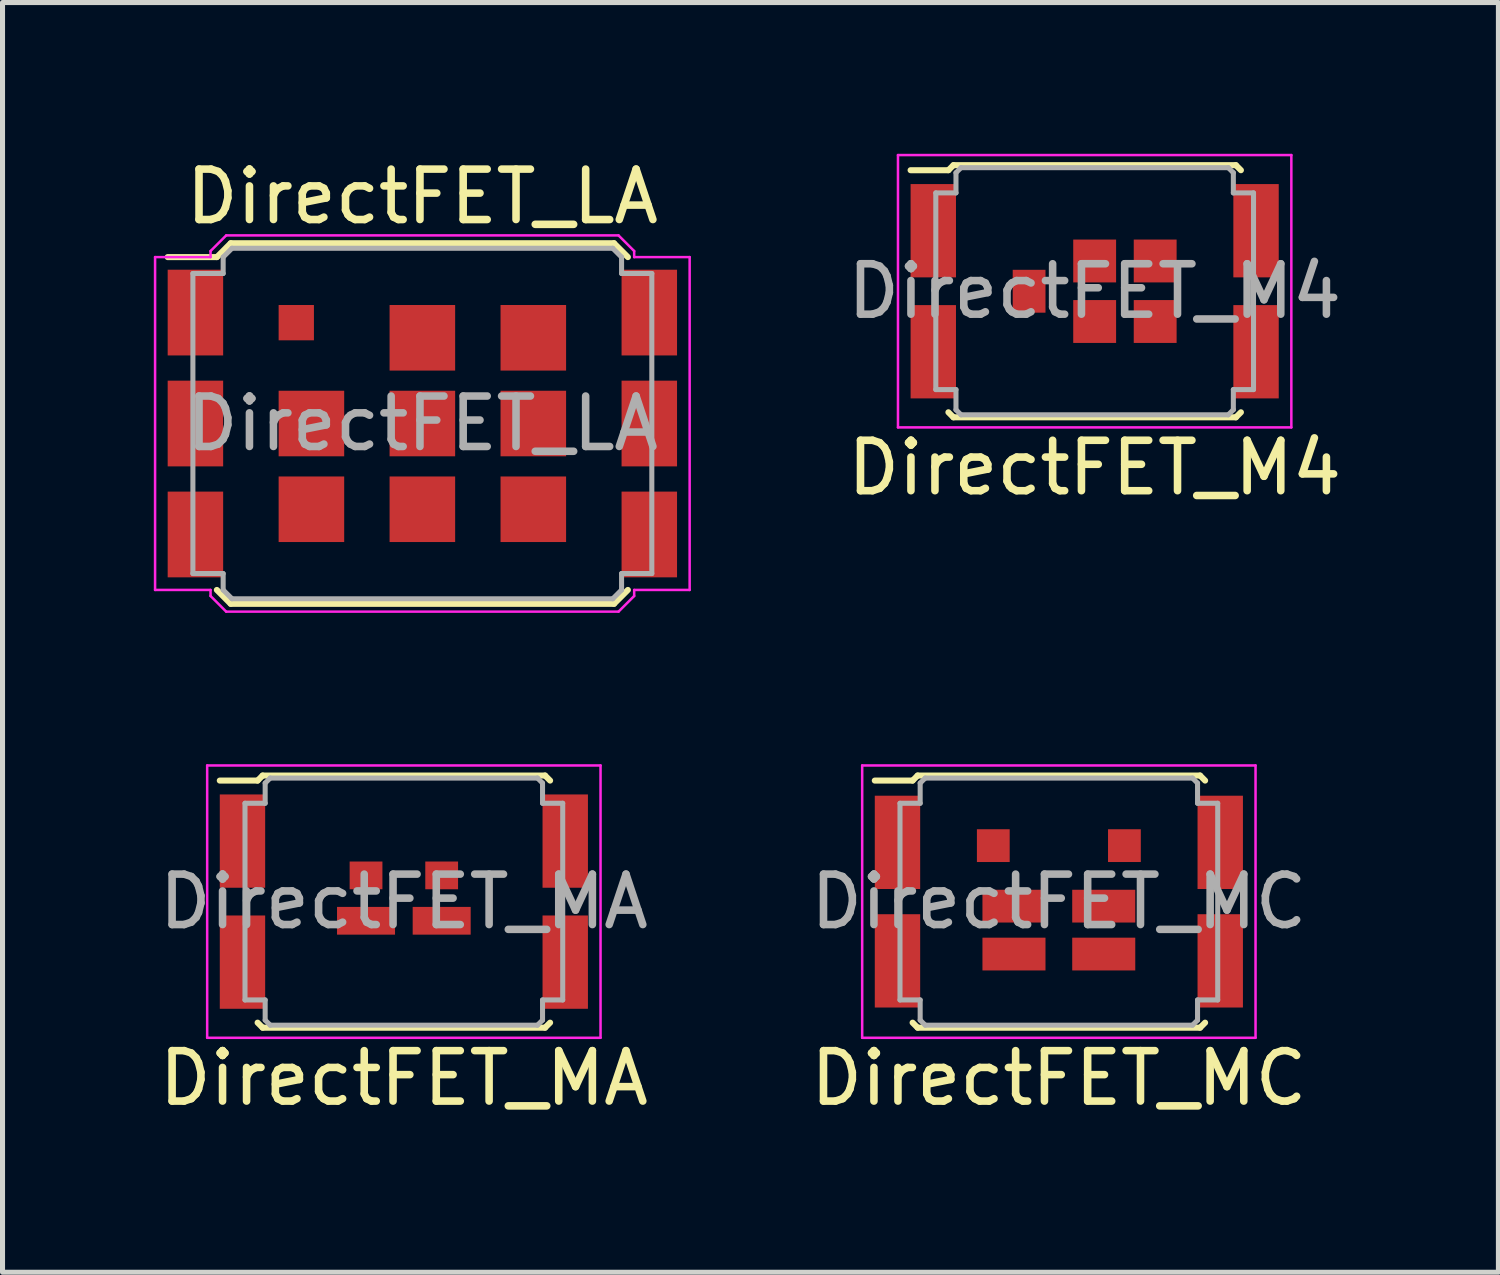
<source format=kicad_pcb>
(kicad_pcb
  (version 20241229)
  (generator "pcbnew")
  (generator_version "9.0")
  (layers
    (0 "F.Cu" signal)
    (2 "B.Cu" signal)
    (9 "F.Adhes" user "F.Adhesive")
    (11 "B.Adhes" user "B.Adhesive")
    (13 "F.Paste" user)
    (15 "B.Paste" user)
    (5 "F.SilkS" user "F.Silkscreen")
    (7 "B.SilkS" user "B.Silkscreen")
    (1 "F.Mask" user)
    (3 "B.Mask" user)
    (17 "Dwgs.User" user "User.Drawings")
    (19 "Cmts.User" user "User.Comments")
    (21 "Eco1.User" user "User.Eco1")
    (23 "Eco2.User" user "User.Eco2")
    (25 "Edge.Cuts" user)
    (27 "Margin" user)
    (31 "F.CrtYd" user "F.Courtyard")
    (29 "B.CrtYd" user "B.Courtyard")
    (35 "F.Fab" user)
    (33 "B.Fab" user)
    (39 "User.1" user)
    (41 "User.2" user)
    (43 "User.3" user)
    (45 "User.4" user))
  (footprint "DirectFET_MC"
    (layer "F.Cu")
    (at 17.946 14.828)
    (property "Reference" "DirectFET_MC" (at 0 3.5 0) (layer "F.SilkS") (effects (font (size 1 1) (thickness 0.15))))
    (attr smd)
    (fp_line (start -3.65 -2.4) (end -2.9 -2.4) (stroke (width 0.12) (type solid)) (layer "F.SilkS"))
    (fp_line (start -2.9 -2.4) (end -2.8 -2.5) (stroke (width 0.12) (type solid)) (layer "F.SilkS"))
    (fp_line (start -2.8 -2.5) (end 2.8 -2.5) (stroke (width 0.12) (type solid)) (layer "F.SilkS"))
    (fp_line (start -2.8 2.5) (end -2.9 2.4) (stroke (width 0.12) (type solid)) (layer "F.SilkS"))
    (fp_line (start 2.8 -2.5) (end 2.9 -2.4) (stroke (width 0.12) (type solid)) (layer "F.SilkS"))
    (fp_line (start 2.8 2.5) (end -2.8 2.5) (stroke (width 0.12) (type solid)) (layer "F.SilkS"))
    (fp_line (start 2.9 2.4) (end 2.8 2.5) (stroke (width 0.12) (type solid)) (layer "F.SilkS"))
    (fp_line (start -3.9 -2.7) (end -3.9 2.7) (stroke (width 0.05) (type solid)) (layer "F.CrtYd"))
    (fp_line (start -3.9 2.7) (end 3.9 2.7) (stroke (width 0.05) (type solid)) (layer "F.CrtYd"))
    (fp_line (start 3.9 -2.7) (end -3.9 -2.7) (stroke (width 0.05) (type solid)) (layer "F.CrtYd"))
    (fp_line (start 3.9 2.7) (end 3.9 -2.7) (stroke (width 0.05) (type solid)) (layer "F.CrtYd"))
    (fp_line (start -3.15 -1.95) (end -2.75 -1.95) (stroke (width 0.1) (type solid)) (layer "F.Fab"))
    (fp_line (start -3.15 1.95) (end -3.15 -1.95) (stroke (width 0.1) (type solid)) (layer "F.Fab"))
    (fp_line (start -3.15 1.95) (end -2.75 1.95) (stroke (width 0.1) (type solid)) (layer "F.Fab"))
    (fp_line (start -2.75 -2.35) (end -2.65 -2.45) (stroke (width 0.1) (type solid)) (layer "F.Fab"))
    (fp_line (start -2.75 -1.95) (end -2.75 -2.35) (stroke (width 0.1) (type solid)) (layer "F.Fab"))
    (fp_line (start -2.75 1.95) (end -2.75 2.35) (stroke (width 0.1) (type solid)) (layer "F.Fab"))
    (fp_line (start -2.75 2.35) (end -2.65 2.45) (stroke (width 0.1) (type solid)) (layer "F.Fab"))
    (fp_line (start -2.65 2.45) (end 2.65 2.45) (stroke (width 0.1) (type solid)) (layer "F.Fab"))
    (fp_line (start 2.65 -2.45) (end -2.65 -2.45) (stroke (width 0.1) (type solid)) (layer "F.Fab"))
    (fp_line (start 2.65 -2.45) (end 2.75 -2.35) (stroke (width 0.1) (type solid)) (layer "F.Fab"))
    (fp_line (start 2.75 -2.35) (end 2.75 -1.95) (stroke (width 0.1) (type solid)) (layer "F.Fab"))
    (fp_line (start 2.75 -1.95) (end 3.15 -1.95) (stroke (width 0.1) (type solid)) (layer "F.Fab"))
    (fp_line (start 2.75 1.95) (end 2.75 2.35) (stroke (width 0.1) (type solid)) (layer "F.Fab"))
    (fp_line (start 2.75 2.35) (end 2.65 2.45) (stroke (width 0.1) (type solid)) (layer "F.Fab"))
    (fp_line (start 3.15 -1.95) (end 3.15 1.95) (stroke (width 0.1) (type solid)) (layer "F.Fab"))
    (fp_line (start 3.15 1.95) (end 2.75 1.95) (stroke (width 0.1) (type solid)) (layer "F.Fab"))
    (fp_text user "${REFERENCE}" (at 0 0 0) (layer "F.Fab") (effects (font (size 1 1) (thickness 0.15))))
    (pad "1" smd rect (at -3.2 -1.175) (size 0.9 1.85) (layers "F.Cu" "F.Mask" "F.Paste"))
    (pad "1" smd rect (at -3.2 1.175) (size 0.9 1.85) (layers "F.Cu" "F.Mask" "F.Paste"))
    (pad "1" smd rect (at 3.2 -1.175) (size 0.9 1.85) (layers "F.Cu" "F.Mask" "F.Paste"))
    (pad "1" smd rect (at 3.2 1.175) (size 0.9 1.85) (layers "F.Cu" "F.Mask" "F.Paste"))
    (pad "2" smd rect (at -1.3 -1.11) (size 0.65 0.65) (layers "F.Cu" "F.Mask" "F.Paste"))
    (pad "2" smd rect (at 1.3 -1.11) (size 0.65 0.65) (layers "F.Cu" "F.Mask" "F.Paste"))
    (pad "3" smd rect (at -0.89 0.09) (size 1.25 0.65) (layers "F.Cu" "F.Mask" "F.Paste"))
    (pad "3" smd rect (at -0.89 1.04) (size 1.25 0.65) (layers "F.Cu" "F.Mask" "F.Paste"))
    (pad "3" smd rect (at 0.89 0.09) (size 1.25 0.65) (layers "F.Cu" "F.Mask" "F.Paste"))
    (pad "3" smd rect (at 0.89 1.04) (size 1.25 0.65) (layers "F.Cu" "F.Mask" "F.Paste")))
  (footprint "DirectFET_LA"
    (layer "F.Cu")
    (at 5.325 5.348)
    (property "Reference" "DirectFET_LA" (at 0 -4.5 0) (layer "F.SilkS") (effects (font (size 1 1) (thickness 0.15))))
    (attr smd)
    (fp_line (start -5.05 -3.3) (end -4.075 -3.3) (stroke (width 0.12) (type solid)) (layer "F.SilkS"))
    (fp_line (start -4.075 -3.3) (end -3.8 -3.575) (stroke (width 0.12) (type solid)) (layer "F.SilkS"))
    (fp_line (start -4.075 3.3) (end -3.8 3.575) (stroke (width 0.12) (type solid)) (layer "F.SilkS"))
    (fp_line (start 3.8 -3.575) (end -3.8 -3.575) (stroke (width 0.12) (type solid)) (layer "F.SilkS"))
    (fp_line (start 3.8 3.575) (end -3.8 3.575) (stroke (width 0.12) (type solid)) (layer "F.SilkS"))
    (fp_line (start 4.075 -3.3) (end 3.8 -3.575) (stroke (width 0.12) (type solid)) (layer "F.SilkS"))
    (fp_line (start 4.075 3.3) (end 3.8 3.575) (stroke (width 0.12) (type solid)) (layer "F.SilkS"))
    (fp_line (start -5.3 -3.3) (end -5.3 3.3) (stroke (width 0.05) (type solid)) (layer "F.CrtYd"))
    (fp_line (start -4.2 -3.42) (end -3.89 -3.73) (stroke (width 0.05) (type solid)) (layer "F.CrtYd"))
    (fp_line (start -4.2 -3.3) (end -5.3 -3.3) (stroke (width 0.05) (type solid)) (layer "F.CrtYd"))
    (fp_line (start -4.2 -3.3) (end -4.2 -3.42) (stroke (width 0.05) (type solid)) (layer "F.CrtYd"))
    (fp_line (start -4.2 3.3) (end -5.3 3.3) (stroke (width 0.05) (type solid)) (layer "F.CrtYd"))
    (fp_line (start -4.2 3.3) (end -4.2 3.42) (stroke (width 0.05) (type solid)) (layer "F.CrtYd"))
    (fp_line (start -4.2 3.42) (end -3.89 3.73) (stroke (width 0.05) (type solid)) (layer "F.CrtYd"))
    (fp_line (start 3.89 -3.73) (end -3.89 -3.73) (stroke (width 0.05) (type solid)) (layer "F.CrtYd"))
    (fp_line (start 3.89 3.73) (end -3.89 3.73) (stroke (width 0.05) (type solid)) (layer "F.CrtYd"))
    (fp_line (start 4.2 -3.42) (end 3.89 -3.73) (stroke (width 0.05) (type solid)) (layer "F.CrtYd"))
    (fp_line (start 4.2 -3.3) (end 4.2 -3.42) (stroke (width 0.05) (type solid)) (layer "F.CrtYd"))
    (fp_line (start 4.2 -3.3) (end 5.3 -3.3) (stroke (width 0.05) (type solid)) (layer "F.CrtYd"))
    (fp_line (start 4.2 3.3) (end 4.2 3.42) (stroke (width 0.05) (type solid)) (layer "F.CrtYd"))
    (fp_line (start 4.2 3.3) (end 5.3 3.3) (stroke (width 0.05) (type solid)) (layer "F.CrtYd"))
    (fp_line (start 4.2 3.42) (end 3.89 3.73) (stroke (width 0.05) (type solid)) (layer "F.CrtYd"))
    (fp_line (start 5.3 -3.3) (end 5.3 3.3) (stroke (width 0.05) (type solid)) (layer "F.CrtYd"))
    (fp_line (start -4.55 -2.975) (end -4.55 2.975) (stroke (width 0.1) (type solid)) (layer "F.Fab"))
    (fp_line (start -4.55 -2.975) (end -3.95 -2.975) (stroke (width 0.1) (type solid)) (layer "F.Fab"))
    (fp_line (start -4.55 2.975) (end -3.95 2.975) (stroke (width 0.1) (type solid)) (layer "F.Fab"))
    (fp_line (start -3.95 -3.3) (end -3.775 -3.475) (stroke (width 0.1) (type solid)) (layer "F.Fab"))
    (fp_line (start -3.95 -2.975) (end -3.95 -3.3) (stroke (width 0.1) (type solid)) (layer "F.Fab"))
    (fp_line (start -3.95 2.975) (end -3.95 3.3) (stroke (width 0.1) (type solid)) (layer "F.Fab"))
    (fp_line (start -3.95 3.3) (end -3.775 3.475) (stroke (width 0.1) (type solid)) (layer "F.Fab"))
    (fp_line (start 3.775 -3.475) (end -3.775 -3.475) (stroke (width 0.1) (type solid)) (layer "F.Fab"))
    (fp_line (start 3.775 3.475) (end -3.775 3.475) (stroke (width 0.1) (type solid)) (layer "F.Fab"))
    (fp_line (start 3.95 -3.3) (end 3.775 -3.475) (stroke (width 0.1) (type solid)) (layer "F.Fab"))
    (fp_line (start 3.95 -2.975) (end 3.95 -3.3) (stroke (width 0.1) (type solid)) (layer "F.Fab"))
    (fp_line (start 3.95 2.975) (end 3.95 3.3) (stroke (width 0.1) (type solid)) (layer "F.Fab"))
    (fp_line (start 3.95 3.3) (end 3.775 3.475) (stroke (width 0.1) (type solid)) (layer "F.Fab"))
    (fp_line (start 4.55 -2.975) (end 3.95 -2.975) (stroke (width 0.1) (type solid)) (layer "F.Fab"))
    (fp_line (start 4.55 -2.975) (end 4.55 2.975) (stroke (width 0.1) (type solid)) (layer "F.Fab"))
    (fp_line (start 4.55 2.975) (end 3.95 2.975) (stroke (width 0.1) (type solid)) (layer "F.Fab"))
    (fp_text user "${REFERENCE}" (at 0 0 0) (layer "F.Fab") (effects (font (size 1 1) (thickness 0.15))))
    (pad "1" smd rect (at -4.5 -2.2) (size 1.1 1.7) (layers "F.Cu" "F.Mask" "F.Paste"))
    (pad "1" smd rect (at -4.5 0) (size 1.1 1.7) (layers "F.Cu" "F.Mask" "F.Paste"))
    (pad "1" smd rect (at -4.5 2.2) (size 1.1 1.7) (layers "F.Cu" "F.Mask" "F.Paste"))
    (pad "1" smd rect (at 4.5 -2.2) (size 1.1 1.7) (layers "F.Cu" "F.Mask" "F.Paste"))
    (pad "1" smd rect (at 4.5 0) (size 1.1 1.7) (layers "F.Cu" "F.Mask" "F.Paste"))
    (pad "1" smd rect (at 4.5 2.2) (size 1.1 1.7) (layers "F.Cu" "F.Mask" "F.Paste"))
    (pad "2" smd rect (at -2.5 -2) (size 0.7 0.7) (layers "F.Cu" "F.Mask" "F.Paste"))
    (pad "3" smd rect (at -2.2 0) (size 1.3 1.3) (layers "F.Cu" "F.Mask" "F.Paste"))
    (pad "3" smd rect (at -2.2 1.7) (size 1.3 1.3) (layers "F.Cu" "F.Mask" "F.Paste"))
    (pad "3" smd rect (at 0 -1.7) (size 1.3 1.3) (layers "F.Cu" "F.Mask" "F.Paste"))
    (pad "3" smd rect (at 0 0) (size 1.3 1.3) (layers "F.Cu" "F.Mask" "F.Paste"))
    (pad "3" smd rect (at 0 1.7) (size 1.3 1.3) (layers "F.Cu" "F.Mask" "F.Paste"))
    (pad "3" smd rect (at 2.2 -1.7) (size 1.3 1.3) (layers "F.Cu" "F.Mask" "F.Paste"))
    (pad "3" smd rect (at 2.2 0) (size 1.3 1.3) (layers "F.Cu" "F.Mask" "F.Paste"))
    (pad "3" smd rect (at 2.2 1.7) (size 1.3 1.3) (layers "F.Cu" "F.Mask" "F.Paste")))
  (footprint "DirectFET_M4"
    (layer "F.Cu")
    (at 18.656 2.725)
    (property "Reference" "DirectFET_M4" (at 0 3.5 0) (layer "F.SilkS") (effects (font (size 1 1) (thickness 0.15))))
    (attr smd)
    (fp_line (start -3.65 -2.4) (end -2.9 -2.4) (stroke (width 0.12) (type solid)) (layer "F.SilkS"))
    (fp_line (start -2.9 -2.4) (end -2.8 -2.5) (stroke (width 0.12) (type solid)) (layer "F.SilkS"))
    (fp_line (start -2.8 -2.5) (end 2.8 -2.5) (stroke (width 0.12) (type solid)) (layer "F.SilkS"))
    (fp_line (start -2.8 2.5) (end -2.9 2.4) (stroke (width 0.12) (type solid)) (layer "F.SilkS"))
    (fp_line (start 2.8 -2.5) (end 2.9 -2.4) (stroke (width 0.12) (type solid)) (layer "F.SilkS"))
    (fp_line (start 2.8 2.5) (end -2.8 2.5) (stroke (width 0.12) (type solid)) (layer "F.SilkS"))
    (fp_line (start 2.9 2.4) (end 2.8 2.5) (stroke (width 0.12) (type solid)) (layer "F.SilkS"))
    (fp_line (start -3.9 -2.7) (end -3.9 2.7) (stroke (width 0.05) (type solid)) (layer "F.CrtYd"))
    (fp_line (start -3.9 2.7) (end 3.9 2.7) (stroke (width 0.05) (type solid)) (layer "F.CrtYd"))
    (fp_line (start 3.9 -2.7) (end -3.9 -2.7) (stroke (width 0.05) (type solid)) (layer "F.CrtYd"))
    (fp_line (start 3.9 2.7) (end 3.9 -2.7) (stroke (width 0.05) (type solid)) (layer "F.CrtYd"))
    (fp_line (start -3.15 -1.95) (end -2.75 -1.95) (stroke (width 0.1) (type solid)) (layer "F.Fab"))
    (fp_line (start -3.15 1.95) (end -3.15 -1.95) (stroke (width 0.1) (type solid)) (layer "F.Fab"))
    (fp_line (start -3.15 1.95) (end -2.75 1.95) (stroke (width 0.1) (type solid)) (layer "F.Fab"))
    (fp_line (start -2.75 -2.35) (end -2.65 -2.45) (stroke (width 0.1) (type solid)) (layer "F.Fab"))
    (fp_line (start -2.75 -1.95) (end -2.75 -2.35) (stroke (width 0.1) (type solid)) (layer "F.Fab"))
    (fp_line (start -2.75 1.95) (end -2.75 2.35) (stroke (width 0.1) (type solid)) (layer "F.Fab"))
    (fp_line (start -2.75 2.35) (end -2.65 2.45) (stroke (width 0.1) (type solid)) (layer "F.Fab"))
    (fp_line (start -2.65 2.45) (end 2.65 2.45) (stroke (width 0.1) (type solid)) (layer "F.Fab"))
    (fp_line (start 2.65 -2.45) (end -2.65 -2.45) (stroke (width 0.1) (type solid)) (layer "F.Fab"))
    (fp_line (start 2.65 -2.45) (end 2.75 -2.35) (stroke (width 0.1) (type solid)) (layer "F.Fab"))
    (fp_line (start 2.75 -2.35) (end 2.75 -1.95) (stroke (width 0.1) (type solid)) (layer "F.Fab"))
    (fp_line (start 2.75 -1.95) (end 3.15 -1.95) (stroke (width 0.1) (type solid)) (layer "F.Fab"))
    (fp_line (start 2.75 1.95) (end 2.75 2.35) (stroke (width 0.1) (type solid)) (layer "F.Fab"))
    (fp_line (start 2.75 2.35) (end 2.65 2.45) (stroke (width 0.1) (type solid)) (layer "F.Fab"))
    (fp_line (start 3.15 -1.95) (end 3.15 1.95) (stroke (width 0.1) (type solid)) (layer "F.Fab"))
    (fp_line (start 3.15 1.95) (end 2.75 1.95) (stroke (width 0.1) (type solid)) (layer "F.Fab"))
    (fp_text user "${REFERENCE}" (at 0 0 0) (layer "F.Fab") (effects (font (size 1 1) (thickness 0.15))))
    (pad "1" smd rect (at -3.2 -1.2) (size 0.9 1.85) (layers "F.Cu" "F.Mask" "F.Paste"))
    (pad "1" smd rect (at -3.2 1.2) (size 0.9 1.85) (layers "F.Cu" "F.Mask" "F.Paste"))
    (pad "1" smd rect (at 3.2 -1.2) (size 0.9 1.85) (layers "F.Cu" "F.Mask" "F.Paste"))
    (pad "1" smd rect (at 3.2 1.2) (size 0.9 1.85) (layers "F.Cu" "F.Mask" "F.Paste"))
    (pad "2" smd rect (at -1.3 0) (size 0.65 0.85) (layers "F.Cu" "F.Mask" "F.Paste"))
    (pad "3" smd rect (at 0 -0.6) (size 0.85 0.85) (layers "F.Cu" "F.Mask" "F.Paste"))
    (pad "3" smd rect (at 0 0.6) (size 0.85 0.85) (layers "F.Cu" "F.Mask" "F.Paste"))
    (pad "3" smd rect (at 1.2 -0.6) (size 0.85 0.85) (layers "F.Cu" "F.Mask" "F.Paste"))
    (pad "3" smd rect (at 1.2 0.6) (size 0.85 0.85) (layers "F.Cu" "F.Mask" "F.Paste")))
  (footprint "DirectFET_MA"
    (layer "F.Cu")
    (at 4.958 14.828)
    (property "Reference" "DirectFET_MA" (at 0 3.5 0) (layer "F.SilkS") (effects (font (size 1 1) (thickness 0.15))))
    (attr smd)
    (fp_line (start -3.65 -2.4) (end -2.9 -2.4) (stroke (width 0.12) (type solid)) (layer "F.SilkS"))
    (fp_line (start -2.9 -2.4) (end -2.8 -2.5) (stroke (width 0.12) (type solid)) (layer "F.SilkS"))
    (fp_line (start -2.8 -2.5) (end 2.8 -2.5) (stroke (width 0.12) (type solid)) (layer "F.SilkS"))
    (fp_line (start -2.8 2.5) (end -2.9 2.4) (stroke (width 0.12) (type solid)) (layer "F.SilkS"))
    (fp_line (start 2.8 -2.5) (end 2.9 -2.4) (stroke (width 0.12) (type solid)) (layer "F.SilkS"))
    (fp_line (start 2.8 2.5) (end -2.8 2.5) (stroke (width 0.12) (type solid)) (layer "F.SilkS"))
    (fp_line (start 2.9 2.4) (end 2.8 2.5) (stroke (width 0.12) (type solid)) (layer "F.SilkS"))
    (fp_line (start -3.9 -2.7) (end -3.9 2.7) (stroke (width 0.05) (type solid)) (layer "F.CrtYd"))
    (fp_line (start -3.9 2.7) (end 3.9 2.7) (stroke (width 0.05) (type solid)) (layer "F.CrtYd"))
    (fp_line (start 3.9 -2.7) (end -3.9 -2.7) (stroke (width 0.05) (type solid)) (layer "F.CrtYd"))
    (fp_line (start 3.9 2.7) (end 3.9 -2.7) (stroke (width 0.05) (type solid)) (layer "F.CrtYd"))
    (fp_line (start -3.15 -1.95) (end -2.75 -1.95) (stroke (width 0.1) (type solid)) (layer "F.Fab"))
    (fp_line (start -3.15 1.95) (end -3.15 -1.95) (stroke (width 0.1) (type solid)) (layer "F.Fab"))
    (fp_line (start -3.15 1.95) (end -2.75 1.95) (stroke (width 0.1) (type solid)) (layer "F.Fab"))
    (fp_line (start -2.75 -2.35) (end -2.65 -2.45) (stroke (width 0.1) (type solid)) (layer "F.Fab"))
    (fp_line (start -2.75 -1.95) (end -2.75 -2.35) (stroke (width 0.1) (type solid)) (layer "F.Fab"))
    (fp_line (start -2.75 1.95) (end -2.75 2.35) (stroke (width 0.1) (type solid)) (layer "F.Fab"))
    (fp_line (start -2.75 2.35) (end -2.65 2.45) (stroke (width 0.1) (type solid)) (layer "F.Fab"))
    (fp_line (start -2.65 2.45) (end 2.65 2.45) (stroke (width 0.1) (type solid)) (layer "F.Fab"))
    (fp_line (start 2.65 -2.45) (end -2.65 -2.45) (stroke (width 0.1) (type solid)) (layer "F.Fab"))
    (fp_line (start 2.65 -2.45) (end 2.75 -2.35) (stroke (width 0.1) (type solid)) (layer "F.Fab"))
    (fp_line (start 2.75 -2.35) (end 2.75 -1.95) (stroke (width 0.1) (type solid)) (layer "F.Fab"))
    (fp_line (start 2.75 -1.95) (end 3.15 -1.95) (stroke (width 0.1) (type solid)) (layer "F.Fab"))
    (fp_line (start 2.75 1.95) (end 2.75 2.35) (stroke (width 0.1) (type solid)) (layer "F.Fab"))
    (fp_line (start 2.75 2.35) (end 2.65 2.45) (stroke (width 0.1) (type solid)) (layer "F.Fab"))
    (fp_line (start 3.15 -1.95) (end 3.15 1.95) (stroke (width 0.1) (type solid)) (layer "F.Fab"))
    (fp_line (start 3.15 1.95) (end 2.75 1.95) (stroke (width 0.1) (type solid)) (layer "F.Fab"))
    (fp_text user "${REFERENCE}" (at 0 0 0) (layer "F.Fab") (effects (font (size 1 1) (thickness 0.15))))
    (pad "1" smd rect (at -3.2 -1.2) (size 0.9 1.85) (layers "F.Cu" "F.Mask" "F.Paste"))
    (pad "1" smd rect (at -3.2 1.2) (size 0.9 1.85) (layers "F.Cu" "F.Mask" "F.Paste"))
    (pad "1" smd rect (at 3.2 -1.2) (size 0.9 1.85) (layers "F.Cu" "F.Mask" "F.Paste"))
    (pad "1" smd rect (at 3.2 1.2) (size 0.9 1.85) (layers "F.Cu" "F.Mask" "F.Paste"))
    (pad "2" smd rect (at -0.75 -0.52) (size 0.65 0.55) (layers "F.Cu" "F.Mask" "F.Paste"))
    (pad "2" smd rect (at 0.75 -0.52) (size 0.65 0.55) (layers "F.Cu" "F.Mask" "F.Paste"))
    (pad "3" smd rect (at -0.75 0.38) (size 1.15 0.55) (layers "F.Cu" "F.Mask" "F.Paste"))
    (pad "3" smd rect (at 0.75 0.38) (size 1.15 0.55) (layers "F.Cu" "F.Mask" "F.Paste")))
  (gr_rect
    (start -3 -3)
    (end 26.662 22.177)
    (stroke (width 0.1) (type default))
    (fill no)
    (layer "Edge.Cuts")))
</source>
